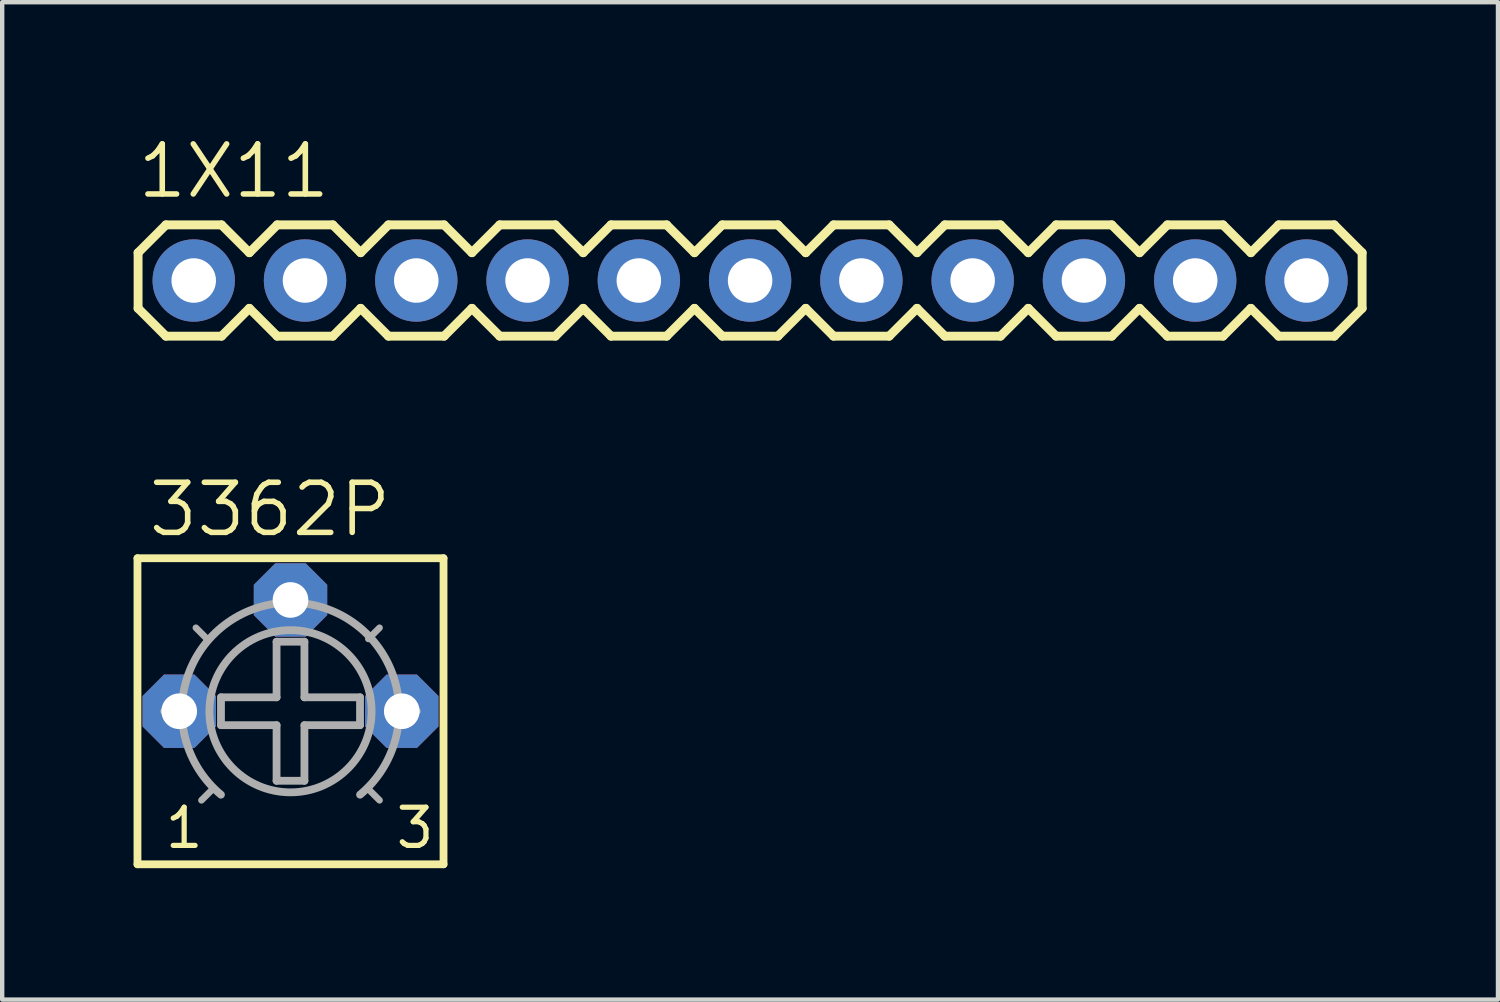
<source format=kicad_pcb>
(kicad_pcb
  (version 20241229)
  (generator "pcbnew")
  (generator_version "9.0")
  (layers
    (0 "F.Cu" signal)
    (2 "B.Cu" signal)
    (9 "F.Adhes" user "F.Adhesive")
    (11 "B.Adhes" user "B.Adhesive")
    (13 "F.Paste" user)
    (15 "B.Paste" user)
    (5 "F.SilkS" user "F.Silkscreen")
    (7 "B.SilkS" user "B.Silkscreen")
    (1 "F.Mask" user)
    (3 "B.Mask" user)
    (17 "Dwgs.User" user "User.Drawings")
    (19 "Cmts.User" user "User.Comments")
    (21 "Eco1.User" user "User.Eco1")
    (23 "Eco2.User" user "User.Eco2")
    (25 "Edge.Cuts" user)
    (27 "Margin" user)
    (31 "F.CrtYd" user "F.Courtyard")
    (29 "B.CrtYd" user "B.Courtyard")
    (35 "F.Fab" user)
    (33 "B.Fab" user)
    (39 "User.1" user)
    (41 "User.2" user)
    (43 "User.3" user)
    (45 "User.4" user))
  (footprint "1X11"
    (layer "F.Cu")
    (at 1.372 3.353)
    (property "Reference" "1X11" (at -1.346 -1.829 0) (layer "F.SilkS") (effects (font (size 1.143 1.143) (thickness 0.127)) (justify left bottom)))
    (fp_line (start -1.27 -0.635) (end -1.27 0.635) (stroke (width 0.203) (type solid)) (layer "F.SilkS"))
    (fp_line (start -1.27 0.635) (end -0.635 1.27) (stroke (width 0.203) (type solid)) (layer "F.SilkS"))
    (fp_line (start -0.635 -1.27) (end -1.27 -0.635) (stroke (width 0.203) (type solid)) (layer "F.SilkS"))
    (fp_line (start -0.635 -1.27) (end 0.635 -1.27) (stroke (width 0.203) (type solid)) (layer "F.SilkS"))
    (fp_line (start 0.635 -1.27) (end 1.27 -0.635) (stroke (width 0.203) (type solid)) (layer "F.SilkS"))
    (fp_line (start 0.635 1.27) (end -0.635 1.27) (stroke (width 0.203) (type solid)) (layer "F.SilkS"))
    (fp_line (start 1.27 -0.635) (end 1.905 -1.27) (stroke (width 0.203) (type solid)) (layer "F.SilkS"))
    (fp_line (start 1.27 0.635) (end 0.635 1.27) (stroke (width 0.203) (type solid)) (layer "F.SilkS"))
    (fp_line (start 1.905 -1.27) (end 3.175 -1.27) (stroke (width 0.203) (type solid)) (layer "F.SilkS"))
    (fp_line (start 1.905 1.27) (end 1.27 0.635) (stroke (width 0.203) (type solid)) (layer "F.SilkS"))
    (fp_line (start 3.175 -1.27) (end 3.81 -0.635) (stroke (width 0.203) (type solid)) (layer "F.SilkS"))
    (fp_line (start 3.175 1.27) (end 1.905 1.27) (stroke (width 0.203) (type solid)) (layer "F.SilkS"))
    (fp_line (start 3.81 -0.635) (end 4.445 -1.27) (stroke (width 0.203) (type solid)) (layer "F.SilkS"))
    (fp_line (start 3.81 0.635) (end 3.175 1.27) (stroke (width 0.203) (type solid)) (layer "F.SilkS"))
    (fp_line (start 4.445 -1.27) (end 5.715 -1.27) (stroke (width 0.203) (type solid)) (layer "F.SilkS"))
    (fp_line (start 4.445 1.27) (end 3.81 0.635) (stroke (width 0.203) (type solid)) (layer "F.SilkS"))
    (fp_line (start 5.715 -1.27) (end 6.35 -0.635) (stroke (width 0.203) (type solid)) (layer "F.SilkS"))
    (fp_line (start 5.715 1.27) (end 4.445 1.27) (stroke (width 0.203) (type solid)) (layer "F.SilkS"))
    (fp_line (start 6.35 0.635) (end 5.715 1.27) (stroke (width 0.203) (type solid)) (layer "F.SilkS"))
    (fp_line (start 6.35 0.635) (end 6.985 1.27) (stroke (width 0.203) (type solid)) (layer "F.SilkS"))
    (fp_line (start 6.985 -1.27) (end 6.35 -0.635) (stroke (width 0.203) (type solid)) (layer "F.SilkS"))
    (fp_line (start 6.985 -1.27) (end 8.255 -1.27) (stroke (width 0.203) (type solid)) (layer "F.SilkS"))
    (fp_line (start 8.255 -1.27) (end 8.89 -0.635) (stroke (width 0.203) (type solid)) (layer "F.SilkS"))
    (fp_line (start 8.255 1.27) (end 6.985 1.27) (stroke (width 0.203) (type solid)) (layer "F.SilkS"))
    (fp_line (start 8.89 -0.635) (end 9.525 -1.27) (stroke (width 0.203) (type solid)) (layer "F.SilkS"))
    (fp_line (start 8.89 0.635) (end 8.255 1.27) (stroke (width 0.203) (type solid)) (layer "F.SilkS"))
    (fp_line (start 9.525 -1.27) (end 10.795 -1.27) (stroke (width 0.203) (type solid)) (layer "F.SilkS"))
    (fp_line (start 9.525 1.27) (end 8.89 0.635) (stroke (width 0.203) (type solid)) (layer "F.SilkS"))
    (fp_line (start 10.795 -1.27) (end 11.43 -0.635) (stroke (width 0.203) (type solid)) (layer "F.SilkS"))
    (fp_line (start 10.795 1.27) (end 9.525 1.27) (stroke (width 0.203) (type solid)) (layer "F.SilkS"))
    (fp_line (start 11.43 -0.635) (end 12.065 -1.27) (stroke (width 0.203) (type solid)) (layer "F.SilkS"))
    (fp_line (start 11.43 0.635) (end 10.795 1.27) (stroke (width 0.203) (type solid)) (layer "F.SilkS"))
    (fp_line (start 12.065 -1.27) (end 13.335 -1.27) (stroke (width 0.203) (type solid)) (layer "F.SilkS"))
    (fp_line (start 12.065 1.27) (end 11.43 0.635) (stroke (width 0.203) (type solid)) (layer "F.SilkS"))
    (fp_line (start 13.335 -1.27) (end 13.97 -0.635) (stroke (width 0.203) (type solid)) (layer "F.SilkS"))
    (fp_line (start 13.335 1.27) (end 12.065 1.27) (stroke (width 0.203) (type solid)) (layer "F.SilkS"))
    (fp_line (start 13.97 0.635) (end 13.335 1.27) (stroke (width 0.203) (type solid)) (layer "F.SilkS"))
    (fp_line (start 13.97 0.635) (end 14.605 1.27) (stroke (width 0.203) (type solid)) (layer "F.SilkS"))
    (fp_line (start 14.605 -1.27) (end 13.97 -0.635) (stroke (width 0.203) (type solid)) (layer "F.SilkS"))
    (fp_line (start 14.605 -1.27) (end 15.875 -1.27) (stroke (width 0.203) (type solid)) (layer "F.SilkS"))
    (fp_line (start 15.875 -1.27) (end 16.51 -0.635) (stroke (width 0.203) (type solid)) (layer "F.SilkS"))
    (fp_line (start 15.875 1.27) (end 14.605 1.27) (stroke (width 0.203) (type solid)) (layer "F.SilkS"))
    (fp_line (start 16.51 0.635) (end 15.875 1.27) (stroke (width 0.203) (type solid)) (layer "F.SilkS"))
    (fp_line (start 16.51 0.635) (end 17.145 1.27) (stroke (width 0.203) (type solid)) (layer "F.SilkS"))
    (fp_line (start 17.145 -1.27) (end 16.51 -0.635) (stroke (width 0.203) (type solid)) (layer "F.SilkS"))
    (fp_line (start 17.145 -1.27) (end 18.415 -1.27) (stroke (width 0.203) (type solid)) (layer "F.SilkS"))
    (fp_line (start 18.415 -1.27) (end 19.05 -0.635) (stroke (width 0.203) (type solid)) (layer "F.SilkS"))
    (fp_line (start 18.415 1.27) (end 17.145 1.27) (stroke (width 0.203) (type solid)) (layer "F.SilkS"))
    (fp_line (start 19.05 0.635) (end 18.415 1.27) (stroke (width 0.203) (type solid)) (layer "F.SilkS"))
    (fp_line (start 19.05 0.635) (end 19.685 1.27) (stroke (width 0.203) (type solid)) (layer "F.SilkS"))
    (fp_line (start 19.685 -1.27) (end 19.05 -0.635) (stroke (width 0.203) (type solid)) (layer "F.SilkS"))
    (fp_line (start 19.685 -1.27) (end 20.955 -1.27) (stroke (width 0.203) (type solid)) (layer "F.SilkS"))
    (fp_line (start 20.955 -1.27) (end 21.59 -0.635) (stroke (width 0.203) (type solid)) (layer "F.SilkS"))
    (fp_line (start 20.955 1.27) (end 19.685 1.27) (stroke (width 0.203) (type solid)) (layer "F.SilkS"))
    (fp_line (start 21.59 0.635) (end 20.955 1.27) (stroke (width 0.203) (type solid)) (layer "F.SilkS"))
    (fp_line (start 21.59 0.635) (end 22.225 1.27) (stroke (width 0.203) (type solid)) (layer "F.SilkS"))
    (fp_line (start 22.225 -1.27) (end 21.59 -0.635) (stroke (width 0.203) (type solid)) (layer "F.SilkS"))
    (fp_line (start 22.225 -1.27) (end 23.495 -1.27) (stroke (width 0.203) (type solid)) (layer "F.SilkS"))
    (fp_line (start 23.495 -1.27) (end 24.13 -0.635) (stroke (width 0.203) (type solid)) (layer "F.SilkS"))
    (fp_line (start 23.495 1.27) (end 22.225 1.27) (stroke (width 0.203) (type solid)) (layer "F.SilkS"))
    (fp_line (start 24.13 0.635) (end 23.495 1.27) (stroke (width 0.203) (type solid)) (layer "F.SilkS"))
    (fp_line (start 24.13 0.635) (end 24.765 1.27) (stroke (width 0.203) (type solid)) (layer "F.SilkS"))
    (fp_line (start 24.765 -1.27) (end 24.13 -0.635) (stroke (width 0.203) (type solid)) (layer "F.SilkS"))
    (fp_line (start 24.765 -1.27) (end 26.035 -1.27) (stroke (width 0.203) (type solid)) (layer "F.SilkS"))
    (fp_line (start 26.035 -1.27) (end 26.67 -0.635) (stroke (width 0.203) (type solid)) (layer "F.SilkS"))
    (fp_line (start 26.035 1.27) (end 24.765 1.27) (stroke (width 0.203) (type solid)) (layer "F.SilkS"))
    (fp_line (start 26.67 -0.635) (end 26.67 0.635) (stroke (width 0.203) (type solid)) (layer "F.SilkS"))
    (fp_line (start 26.67 0.635) (end 26.035 1.27) (stroke (width 0.203) (type solid)) (layer "F.SilkS"))
    (fp_poly (pts (xy -0.254 0.254) (xy 0.254 0.254) (xy 0.254 -0.254) (xy -0.254 -0.254)) (stroke (width 0.1) (type default)) (fill no) (layer "F.Fab"))
    (fp_poly (pts (xy 2.286 0.254) (xy 2.794 0.254) (xy 2.794 -0.254) (xy 2.286 -0.254)) (stroke (width 0.1) (type default)) (fill no) (layer "F.Fab"))
    (fp_poly (pts (xy 4.826 0.254) (xy 5.334 0.254) (xy 5.334 -0.254) (xy 4.826 -0.254)) (stroke (width 0.1) (type default)) (fill no) (layer "F.Fab"))
    (fp_poly (pts (xy 7.366 0.254) (xy 7.874 0.254) (xy 7.874 -0.254) (xy 7.366 -0.254)) (stroke (width 0.1) (type default)) (fill no) (layer "F.Fab"))
    (fp_poly (pts (xy 9.906 0.254) (xy 10.414 0.254) (xy 10.414 -0.254) (xy 9.906 -0.254)) (stroke (width 0.1) (type default)) (fill no) (layer "F.Fab"))
    (fp_poly (pts (xy 12.446 0.254) (xy 12.954 0.254) (xy 12.954 -0.254) (xy 12.446 -0.254)) (stroke (width 0.1) (type default)) (fill no) (layer "F.Fab"))
    (fp_poly (pts (xy 14.986 0.254) (xy 15.494 0.254) (xy 15.494 -0.254) (xy 14.986 -0.254)) (stroke (width 0.1) (type default)) (fill no) (layer "F.Fab"))
    (fp_poly (pts (xy 17.526 0.254) (xy 18.034 0.254) (xy 18.034 -0.254) (xy 17.526 -0.254)) (stroke (width 0.1) (type default)) (fill no) (layer "F.Fab"))
    (fp_poly (pts (xy 20.066 0.254) (xy 20.574 0.254) (xy 20.574 -0.254) (xy 20.066 -0.254)) (stroke (width 0.1) (type default)) (fill no) (layer "F.Fab"))
    (fp_poly (pts (xy 22.606 0.254) (xy 23.114 0.254) (xy 23.114 -0.254) (xy 22.606 -0.254)) (stroke (width 0.1) (type default)) (fill no) (layer "F.Fab"))
    (fp_poly (pts (xy 25.146 0.254) (xy 25.654 0.254) (xy 25.654 -0.254) (xy 25.146 -0.254)) (stroke (width 0.1) (type default)) (fill no) (layer "F.Fab"))
    (pad "1" thru_hole circle (at 0 0 90) (size 1.88 1.88) (drill 1.016) (layers "*.Cu" "*.Mask"))
    (pad "2" thru_hole circle (at 2.54 0 90) (size 1.88 1.88) (drill 1.016) (layers "*.Cu" "*.Mask"))
    (pad "3" thru_hole circle (at 5.08 0 90) (size 1.88 1.88) (drill 1.016) (layers "*.Cu" "*.Mask"))
    (pad "4" thru_hole circle (at 7.62 0 90) (size 1.88 1.88) (drill 1.016) (layers "*.Cu" "*.Mask"))
    (pad "5" thru_hole circle (at 10.16 0 90) (size 1.88 1.88) (drill 1.016) (layers "*.Cu" "*.Mask"))
    (pad "6" thru_hole circle (at 12.7 0 90) (size 1.88 1.88) (drill 1.016) (layers "*.Cu" "*.Mask"))
    (pad "7" thru_hole circle (at 15.24 0 90) (size 1.88 1.88) (drill 1.016) (layers "*.Cu" "*.Mask"))
    (pad "8" thru_hole circle (at 17.78 0 90) (size 1.88 1.88) (drill 1.016) (layers "*.Cu" "*.Mask"))
    (pad "9" thru_hole circle (at 20.32 0 90) (size 1.88 1.88) (drill 1.016) (layers "*.Cu" "*.Mask"))
    (pad "10" thru_hole circle (at 22.86 0 90) (size 1.88 1.88) (drill 1.016) (layers "*.Cu" "*.Mask"))
    (pad "11" thru_hole circle (at 25.4 0 90) (size 1.88 1.88) (drill 1.016) (layers "*.Cu" "*.Mask")))
  (footprint "3362P"
    (layer "F.Cu")
    (at 3.581 13.185)
    (property "Reference" "3362P" (at -3.302 -3.937 0) (layer "F.SilkS") (effects (font (size 1.143 1.143) (thickness 0.127)) (justify left bottom)))
    (fp_line (start -3.493 -3.493) (end 3.493 -3.493) (stroke (width 0.178) (type solid)) (layer "F.SilkS"))
    (fp_line (start -3.493 3.493) (end -3.493 -3.493) (stroke (width 0.178) (type solid)) (layer "F.SilkS"))
    (fp_line (start 3.493 -3.493) (end 3.493 3.493) (stroke (width 0.178) (type solid)) (layer "F.SilkS"))
    (fp_line (start 3.493 3.493) (end -3.493 3.493) (stroke (width 0.178) (type solid)) (layer "F.SilkS"))
    (fp_line (start -2.515 0) (end -2.896 0) (stroke (width 0.152) (type solid)) (layer "F.Fab"))
    (fp_line (start -1.905 -1.651) (end -2.159 -1.905) (stroke (width 0.152) (type solid)) (layer "F.Fab"))
    (fp_line (start -1.778 1.778) (end -2.032 2.032) (stroke (width 0.152) (type solid)) (layer "F.Fab"))
    (fp_line (start -1.587 -0.318) (end -0.318 -0.318) (stroke (width 0.178) (type solid)) (layer "F.Fab"))
    (fp_line (start -1.587 0.318) (end -1.587 -0.318) (stroke (width 0.178) (type solid)) (layer "F.Fab"))
    (fp_line (start -0.318 -1.587) (end 0.318 -1.587) (stroke (width 0.178) (type solid)) (layer "F.Fab"))
    (fp_line (start -0.318 -0.318) (end -0.318 -1.587) (stroke (width 0.178) (type solid)) (layer "F.Fab"))
    (fp_line (start -0.318 0.318) (end -1.587 0.318) (stroke (width 0.178) (type solid)) (layer "F.Fab"))
    (fp_line (start -0.318 1.587) (end -0.318 0.318) (stroke (width 0.178) (type solid)) (layer "F.Fab"))
    (fp_line (start 0 -2.464) (end 0 -2.845) (stroke (width 0.152) (type solid)) (layer "F.Fab"))
    (fp_line (start 0.318 -1.587) (end 0.318 -0.318) (stroke (width 0.178) (type solid)) (layer "F.Fab"))
    (fp_line (start 0.318 -0.318) (end 1.587 -0.318) (stroke (width 0.178) (type solid)) (layer "F.Fab"))
    (fp_line (start 0.318 0.318) (end 0.318 1.587) (stroke (width 0.178) (type solid)) (layer "F.Fab"))
    (fp_line (start 0.318 1.587) (end -0.318 1.587) (stroke (width 0.178) (type solid)) (layer "F.Fab"))
    (fp_line (start 1.587 -0.318) (end 1.587 0.318) (stroke (width 0.178) (type solid)) (layer "F.Fab"))
    (fp_line (start 1.587 0.318) (end 0.318 0.318) (stroke (width 0.178) (type solid)) (layer "F.Fab"))
    (fp_line (start 1.778 -1.651) (end 2.032 -1.905) (stroke (width 0.152) (type solid)) (layer "F.Fab"))
    (fp_line (start 1.778 1.778) (end 2.032 2.032) (stroke (width 0.152) (type solid)) (layer "F.Fab"))
    (fp_line (start 2.515 0) (end 2.896 0) (stroke (width 0.152) (type solid)) (layer "F.Fab"))
    (fp_arc (start -1.5875 1.905) (mid 0 -2.479754) (end 1.5875 1.905) (stroke (width 0.1778) (type solid)) (layer "F.Fab"))
    (fp_circle (center 0 0) (end 1.851 0) (stroke (width 0.178) (type solid)) (fill no) (layer "F.Fab"))
    (fp_text user "3" (at 2.349 3.175 0) (layer "F.SilkS") (effects (font (size 0.872 0.872) (thickness 0.119)) (justify left bottom)))
    (fp_text user "1" (at -2.921 3.175 0) (layer "F.SilkS") (effects (font (size 0.872 0.872) (thickness 0.119)) (justify left bottom)))
    (pad "1" thru_hole roundrect (at -2.54 0) (size 1.676 1.676) (drill 0.813) (layers "*.Cu" "*.Mask") (roundrect_rratio 0.25) (chamfer_ratio 0.293) (chamfer top_left top_right bottom_left bottom_right))
    (pad "2" thru_hole roundrect (at 0 -2.54) (size 1.676 1.676) (drill 0.813) (layers "*.Cu" "*.Mask") (roundrect_rratio 0.25) (chamfer_ratio 0.293) (chamfer top_left top_right bottom_left bottom_right))
    (pad "3" thru_hole roundrect (at 2.54 0) (size 1.676 1.676) (drill 0.813) (layers "*.Cu" "*.Mask") (roundrect_rratio 0.25) (chamfer_ratio 0.293) (chamfer top_left top_right bottom_left bottom_right)))
  (gr_rect
    (start -3 -3)
    (end 31.143 19.767)
    (stroke (width 0.1) (type default))
    (fill no)
    (layer "Edge.Cuts")))
</source>
